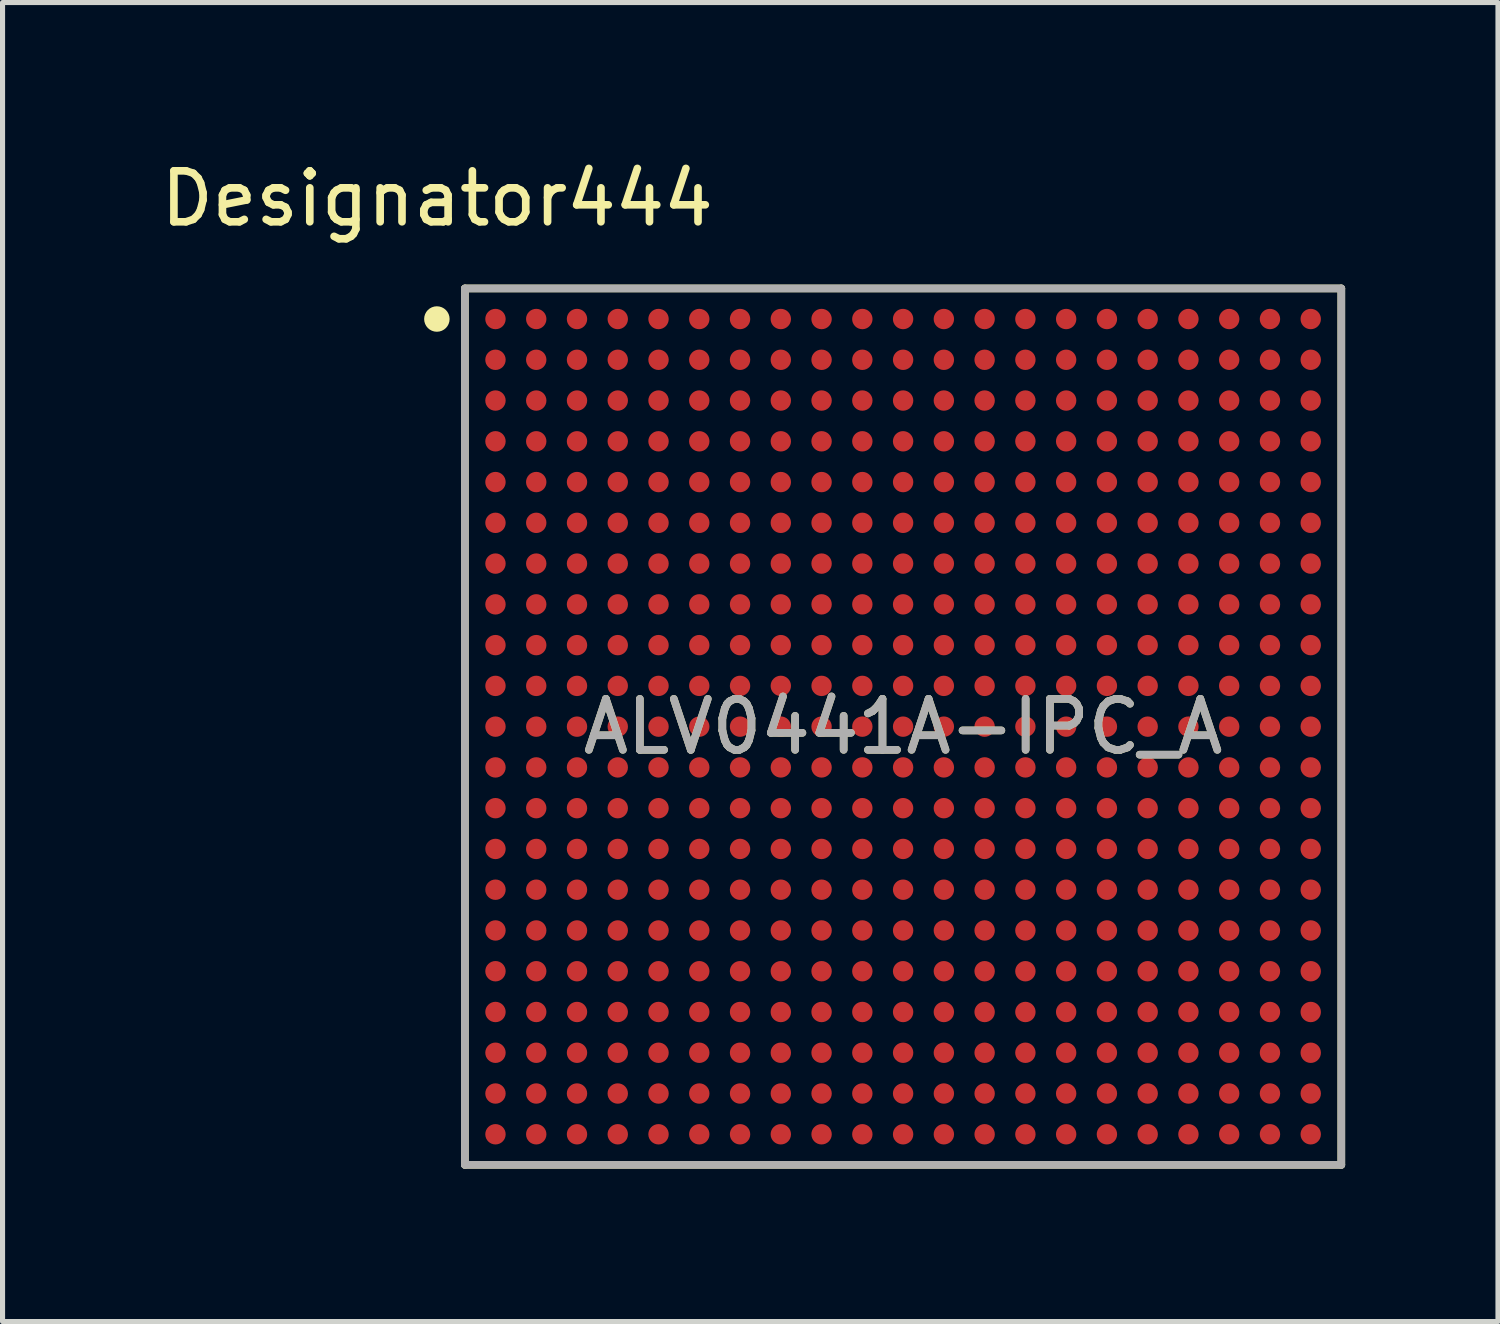
<source format=kicad_pcb>
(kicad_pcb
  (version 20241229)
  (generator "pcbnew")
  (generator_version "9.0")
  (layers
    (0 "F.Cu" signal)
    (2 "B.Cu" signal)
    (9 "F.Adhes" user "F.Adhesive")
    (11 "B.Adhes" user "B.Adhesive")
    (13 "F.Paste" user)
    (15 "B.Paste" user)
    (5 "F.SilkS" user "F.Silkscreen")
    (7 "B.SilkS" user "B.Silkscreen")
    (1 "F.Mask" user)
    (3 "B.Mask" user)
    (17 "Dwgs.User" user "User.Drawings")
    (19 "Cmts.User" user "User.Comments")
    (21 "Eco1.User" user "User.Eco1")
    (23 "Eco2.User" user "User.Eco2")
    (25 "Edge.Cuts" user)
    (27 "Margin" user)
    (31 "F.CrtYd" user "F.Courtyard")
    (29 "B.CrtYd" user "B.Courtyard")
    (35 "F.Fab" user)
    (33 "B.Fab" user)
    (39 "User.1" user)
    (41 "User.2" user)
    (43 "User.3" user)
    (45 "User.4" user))
  (footprint "ALV0441A-IPC_A"
    (layer "F.Cu")
    (at 14.674 11.211)
    (property "Reference" "ALV0441A-IPC_A" (at 0 0 0) (unlocked yes) (layer "F.SilkS") (effects (font (size 1 1) (thickness 0.15))))
    (attr smd)
    (fp_line (start -8.6 -8.6) (end 8.6 -8.6) (stroke (width 0.15) (type solid)) (layer "F.SilkS"))
    (fp_line (start -8.6 8.6) (end -8.6 -8.6) (stroke (width 0.15) (type solid)) (layer "F.SilkS"))
    (fp_line (start -8.6 8.6) (end 8.6 8.6) (stroke (width 0.15) (type solid)) (layer "F.SilkS"))
    (fp_line (start 8.6 8.6) (end 8.6 -8.6) (stroke (width 0.15) (type solid)) (layer "F.SilkS"))
    (fp_circle (center -9.15 -8) (end -9.025 -8) (stroke (width 0.25) (type solid)) (fill no) (layer "F.SilkS"))
    (fp_line (start -8.6 -8.6) (end 8.6 -8.6) (stroke (width 0.15) (type solid)) (layer "F.Fab"))
    (fp_line (start -8.6 8.6) (end -8.6 -8.6) (stroke (width 0.15) (type solid)) (layer "F.Fab"))
    (fp_line (start -8.6 8.6) (end 8.6 8.6) (stroke (width 0.15) (type solid)) (layer "F.Fab"))
    (fp_line (start 8.6 8.6) (end 8.6 -8.6) (stroke (width 0.15) (type solid)) (layer "F.Fab"))
    (fp_text user "Designator444" (at -9.144 -10.363 0) (unlocked yes) (layer "F.SilkS") (effects (font (size 1 1) (thickness 0.15))))
    (fp_text user "${REFERENCE}" (at 0 0 0) (unlocked yes) (layer "F.Fab") (effects (font (size 1 1) (thickness 0.15))))
    (pad "A1" smd circle (at -8 -8) (size 0.4 0.4) (layers "F.Cu" "F.Mask" "F.Paste"))
    (pad "A2" smd circle (at -7.2 -8) (size 0.4 0.4) (layers "F.Cu" "F.Mask" "F.Paste"))
    (pad "A3" smd circle (at -6.4 -8) (size 0.4 0.4) (layers "F.Cu" "F.Mask" "F.Paste"))
    (pad "A4" smd circle (at -5.6 -8) (size 0.4 0.4) (layers "F.Cu" "F.Mask" "F.Paste"))
    (pad "A5" smd circle (at -4.8 -8) (size 0.4 0.4) (layers "F.Cu" "F.Mask" "F.Paste"))
    (pad "A6" smd circle (at -4 -8) (size 0.4 0.4) (layers "F.Cu" "F.Mask" "F.Paste"))
    (pad "A7" smd circle (at -3.2 -8) (size 0.4 0.4) (layers "F.Cu" "F.Mask" "F.Paste"))
    (pad "A8" smd circle (at -2.4 -8) (size 0.4 0.4) (layers "F.Cu" "F.Mask" "F.Paste"))
    (pad "A9" smd circle (at -1.6 -8) (size 0.4 0.4) (layers "F.Cu" "F.Mask" "F.Paste"))
    (pad "A10" smd circle (at -0.8 -8) (size 0.4 0.4) (layers "F.Cu" "F.Mask" "F.Paste"))
    (pad "A11" smd circle (at 0 -8) (size 0.4 0.4) (layers "F.Cu" "F.Mask" "F.Paste"))
    (pad "A12" smd circle (at 0.8 -8) (size 0.4 0.4) (layers "F.Cu" "F.Mask" "F.Paste"))
    (pad "A13" smd circle (at 1.6 -8) (size 0.4 0.4) (layers "F.Cu" "F.Mask" "F.Paste"))
    (pad "A14" smd circle (at 2.4 -8) (size 0.4 0.4) (layers "F.Cu" "F.Mask" "F.Paste"))
    (pad "A15" smd circle (at 3.2 -8) (size 0.4 0.4) (layers "F.Cu" "F.Mask" "F.Paste"))
    (pad "A16" smd circle (at 4 -8) (size 0.4 0.4) (layers "F.Cu" "F.Mask" "F.Paste"))
    (pad "A17" smd circle (at 4.8 -8) (size 0.4 0.4) (layers "F.Cu" "F.Mask" "F.Paste"))
    (pad "A18" smd circle (at 5.6 -8) (size 0.4 0.4) (layers "F.Cu" "F.Mask" "F.Paste"))
    (pad "A19" smd circle (at 6.4 -8) (size 0.4 0.4) (layers "F.Cu" "F.Mask" "F.Paste"))
    (pad "A20" smd circle (at 7.2 -8) (size 0.4 0.4) (layers "F.Cu" "F.Mask" "F.Paste"))
    (pad "A21" smd circle (at 8 -8) (size 0.4 0.4) (layers "F.Cu" "F.Mask" "F.Paste"))
    (pad "AA1" smd circle (at -8 8) (size 0.4 0.4) (layers "F.Cu" "F.Mask" "F.Paste"))
    (pad "AA2" smd circle (at -7.2 8) (size 0.4 0.4) (layers "F.Cu" "F.Mask" "F.Paste"))
    (pad "AA3" smd circle (at -6.4 8) (size 0.4 0.4) (layers "F.Cu" "F.Mask" "F.Paste"))
    (pad "AA4" smd circle (at -5.6 8) (size 0.4 0.4) (layers "F.Cu" "F.Mask" "F.Paste"))
    (pad "AA5" smd circle (at -4.8 8) (size 0.4 0.4) (layers "F.Cu" "F.Mask" "F.Paste"))
    (pad "AA6" smd circle (at -4 8) (size 0.4 0.4) (layers "F.Cu" "F.Mask" "F.Paste"))
    (pad "AA7" smd circle (at -3.2 8) (size 0.4 0.4) (layers "F.Cu" "F.Mask" "F.Paste"))
    (pad "AA8" smd circle (at -2.4 8) (size 0.4 0.4) (layers "F.Cu" "F.Mask" "F.Paste"))
    (pad "AA9" smd circle (at -1.6 8) (size 0.4 0.4) (layers "F.Cu" "F.Mask" "F.Paste"))
    (pad "AA10" smd circle (at -0.8 8) (size 0.4 0.4) (layers "F.Cu" "F.Mask" "F.Paste"))
    (pad "AA11" smd circle (at 0 8) (size 0.4 0.4) (layers "F.Cu" "F.Mask" "F.Paste"))
    (pad "AA12" smd circle (at 0.8 8) (size 0.4 0.4) (layers "F.Cu" "F.Mask" "F.Paste"))
    (pad "AA13" smd circle (at 1.6 8) (size 0.4 0.4) (layers "F.Cu" "F.Mask" "F.Paste"))
    (pad "AA14" smd circle (at 2.4 8) (size 0.4 0.4) (layers "F.Cu" "F.Mask" "F.Paste"))
    (pad "AA15" smd circle (at 3.2 8) (size 0.4 0.4) (layers "F.Cu" "F.Mask" "F.Paste"))
    (pad "AA16" smd circle (at 4 8) (size 0.4 0.4) (layers "F.Cu" "F.Mask" "F.Paste"))
    (pad "AA17" smd circle (at 4.8 8) (size 0.4 0.4) (layers "F.Cu" "F.Mask" "F.Paste"))
    (pad "AA18" smd circle (at 5.6 8) (size 0.4 0.4) (layers "F.Cu" "F.Mask" "F.Paste"))
    (pad "AA19" smd circle (at 6.4 8) (size 0.4 0.4) (layers "F.Cu" "F.Mask" "F.Paste"))
    (pad "AA20" smd circle (at 7.2 8) (size 0.4 0.4) (layers "F.Cu" "F.Mask" "F.Paste"))
    (pad "AA21" smd circle (at 8 8) (size 0.4 0.4) (layers "F.Cu" "F.Mask" "F.Paste"))
    (pad "B1" smd circle (at -8 -7.2) (size 0.4 0.4) (layers "F.Cu" "F.Mask" "F.Paste"))
    (pad "B2" smd circle (at -7.2 -7.2) (size 0.4 0.4) (layers "F.Cu" "F.Mask" "F.Paste"))
    (pad "B3" smd circle (at -6.4 -7.2) (size 0.4 0.4) (layers "F.Cu" "F.Mask" "F.Paste"))
    (pad "B4" smd circle (at -5.6 -7.2) (size 0.4 0.4) (layers "F.Cu" "F.Mask" "F.Paste"))
    (pad "B5" smd circle (at -4.8 -7.2) (size 0.4 0.4) (layers "F.Cu" "F.Mask" "F.Paste"))
    (pad "B6" smd circle (at -4 -7.2) (size 0.4 0.4) (layers "F.Cu" "F.Mask" "F.Paste"))
    (pad "B7" smd circle (at -3.2 -7.2) (size 0.4 0.4) (layers "F.Cu" "F.Mask" "F.Paste"))
    (pad "B8" smd circle (at -2.4 -7.2) (size 0.4 0.4) (layers "F.Cu" "F.Mask" "F.Paste"))
    (pad "B9" smd circle (at -1.6 -7.2) (size 0.4 0.4) (layers "F.Cu" "F.Mask" "F.Paste"))
    (pad "B10" smd circle (at -0.8 -7.2) (size 0.4 0.4) (layers "F.Cu" "F.Mask" "F.Paste"))
    (pad "B11" smd circle (at 0 -7.2) (size 0.4 0.4) (layers "F.Cu" "F.Mask" "F.Paste"))
    (pad "B12" smd circle (at 0.8 -7.2) (size 0.4 0.4) (layers "F.Cu" "F.Mask" "F.Paste"))
    (pad "B13" smd circle (at 1.6 -7.2) (size 0.4 0.4) (layers "F.Cu" "F.Mask" "F.Paste"))
    (pad "B14" smd circle (at 2.4 -7.2) (size 0.4 0.4) (layers "F.Cu" "F.Mask" "F.Paste"))
    (pad "B15" smd circle (at 3.2 -7.2) (size 0.4 0.4) (layers "F.Cu" "F.Mask" "F.Paste"))
    (pad "B16" smd circle (at 4 -7.2) (size 0.4 0.4) (layers "F.Cu" "F.Mask" "F.Paste"))
    (pad "B17" smd circle (at 4.8 -7.2) (size 0.4 0.4) (layers "F.Cu" "F.Mask" "F.Paste"))
    (pad "B18" smd circle (at 5.6 -7.2) (size 0.4 0.4) (layers "F.Cu" "F.Mask" "F.Paste"))
    (pad "B19" smd circle (at 6.4 -7.2) (size 0.4 0.4) (layers "F.Cu" "F.Mask" "F.Paste"))
    (pad "B20" smd circle (at 7.2 -7.2) (size 0.4 0.4) (layers "F.Cu" "F.Mask" "F.Paste"))
    (pad "B21" smd circle (at 8 -7.2) (size 0.4 0.4) (layers "F.Cu" "F.Mask" "F.Paste"))
    (pad "C1" smd circle (at -8 -6.4) (size 0.4 0.4) (layers "F.Cu" "F.Mask" "F.Paste"))
    (pad "C2" smd circle (at -7.2 -6.4) (size 0.4 0.4) (layers "F.Cu" "F.Mask" "F.Paste"))
    (pad "C3" smd circle (at -6.4 -6.4) (size 0.4 0.4) (layers "F.Cu" "F.Mask" "F.Paste"))
    (pad "C4" smd circle (at -5.6 -6.4) (size 0.4 0.4) (layers "F.Cu" "F.Mask" "F.Paste"))
    (pad "C5" smd circle (at -4.8 -6.4) (size 0.4 0.4) (layers "F.Cu" "F.Mask" "F.Paste"))
    (pad "C6" smd circle (at -4 -6.4) (size 0.4 0.4) (layers "F.Cu" "F.Mask" "F.Paste"))
    (pad "C7" smd circle (at -3.2 -6.4) (size 0.4 0.4) (layers "F.Cu" "F.Mask" "F.Paste"))
    (pad "C8" smd circle (at -2.4 -6.4) (size 0.4 0.4) (layers "F.Cu" "F.Mask" "F.Paste"))
    (pad "C9" smd circle (at -1.6 -6.4) (size 0.4 0.4) (layers "F.Cu" "F.Mask" "F.Paste"))
    (pad "C10" smd circle (at -0.8 -6.4) (size 0.4 0.4) (layers "F.Cu" "F.Mask" "F.Paste"))
    (pad "C11" smd circle (at 0 -6.4) (size 0.4 0.4) (layers "F.Cu" "F.Mask" "F.Paste"))
    (pad "C12" smd circle (at 0.8 -6.4) (size 0.4 0.4) (layers "F.Cu" "F.Mask" "F.Paste"))
    (pad "C13" smd circle (at 1.6 -6.4) (size 0.4 0.4) (layers "F.Cu" "F.Mask" "F.Paste"))
    (pad "C14" smd circle (at 2.4 -6.4) (size 0.4 0.4) (layers "F.Cu" "F.Mask" "F.Paste"))
    (pad "C15" smd circle (at 3.2 -6.4) (size 0.4 0.4) (layers "F.Cu" "F.Mask" "F.Paste"))
    (pad "C16" smd circle (at 4 -6.4) (size 0.4 0.4) (layers "F.Cu" "F.Mask" "F.Paste"))
    (pad "C17" smd circle (at 4.8 -6.4) (size 0.4 0.4) (layers "F.Cu" "F.Mask" "F.Paste"))
    (pad "C18" smd circle (at 5.6 -6.4) (size 0.4 0.4) (layers "F.Cu" "F.Mask" "F.Paste"))
    (pad "C19" smd circle (at 6.4 -6.4) (size 0.4 0.4) (layers "F.Cu" "F.Mask" "F.Paste"))
    (pad "C20" smd circle (at 7.2 -6.4) (size 0.4 0.4) (layers "F.Cu" "F.Mask" "F.Paste"))
    (pad "C21" smd circle (at 8 -6.4) (size 0.4 0.4) (layers "F.Cu" "F.Mask" "F.Paste"))
    (pad "D1" smd circle (at -8 -5.6) (size 0.4 0.4) (layers "F.Cu" "F.Mask" "F.Paste"))
    (pad "D2" smd circle (at -7.2 -5.6) (size 0.4 0.4) (layers "F.Cu" "F.Mask" "F.Paste"))
    (pad "D3" smd circle (at -6.4 -5.6) (size 0.4 0.4) (layers "F.Cu" "F.Mask" "F.Paste"))
    (pad "D4" smd circle (at -5.6 -5.6) (size 0.4 0.4) (layers "F.Cu" "F.Mask" "F.Paste"))
    (pad "D5" smd circle (at -4.8 -5.6) (size 0.4 0.4) (layers "F.Cu" "F.Mask" "F.Paste"))
    (pad "D6" smd circle (at -4 -5.6) (size 0.4 0.4) (layers "F.Cu" "F.Mask" "F.Paste"))
    (pad "D7" smd circle (at -3.2 -5.6) (size 0.4 0.4) (layers "F.Cu" "F.Mask" "F.Paste"))
    (pad "D8" smd circle (at -2.4 -5.6) (size 0.4 0.4) (layers "F.Cu" "F.Mask" "F.Paste"))
    (pad "D9" smd circle (at -1.6 -5.6) (size 0.4 0.4) (layers "F.Cu" "F.Mask" "F.Paste"))
    (pad "D10" smd circle (at -0.8 -5.6) (size 0.4 0.4) (layers "F.Cu" "F.Mask" "F.Paste"))
    (pad "D11" smd circle (at 0 -5.6) (size 0.4 0.4) (layers "F.Cu" "F.Mask" "F.Paste"))
    (pad "D12" smd circle (at 0.8 -5.6) (size 0.4 0.4) (layers "F.Cu" "F.Mask" "F.Paste"))
    (pad "D13" smd circle (at 1.6 -5.6) (size 0.4 0.4) (layers "F.Cu" "F.Mask" "F.Paste"))
    (pad "D14" smd circle (at 2.4 -5.6) (size 0.4 0.4) (layers "F.Cu" "F.Mask" "F.Paste"))
    (pad "D15" smd circle (at 3.2 -5.6) (size 0.4 0.4) (layers "F.Cu" "F.Mask" "F.Paste"))
    (pad "D16" smd circle (at 4 -5.6) (size 0.4 0.4) (layers "F.Cu" "F.Mask" "F.Paste"))
    (pad "D17" smd circle (at 4.8 -5.6) (size 0.4 0.4) (layers "F.Cu" "F.Mask" "F.Paste"))
    (pad "D18" smd circle (at 5.6 -5.6) (size 0.4 0.4) (layers "F.Cu" "F.Mask" "F.Paste"))
    (pad "D19" smd circle (at 6.4 -5.6) (size 0.4 0.4) (layers "F.Cu" "F.Mask" "F.Paste"))
    (pad "D20" smd circle (at 7.2 -5.6) (size 0.4 0.4) (layers "F.Cu" "F.Mask" "F.Paste"))
    (pad "D21" smd circle (at 8 -5.6) (size 0.4 0.4) (layers "F.Cu" "F.Mask" "F.Paste"))
    (pad "E1" smd circle (at -8 -4.8) (size 0.4 0.4) (layers "F.Cu" "F.Mask" "F.Paste"))
    (pad "E2" smd circle (at -7.2 -4.8) (size 0.4 0.4) (layers "F.Cu" "F.Mask" "F.Paste"))
    (pad "E3" smd circle (at -6.4 -4.8) (size 0.4 0.4) (layers "F.Cu" "F.Mask" "F.Paste"))
    (pad "E4" smd circle (at -5.6 -4.8) (size 0.4 0.4) (layers "F.Cu" "F.Mask" "F.Paste"))
    (pad "E5" smd circle (at -4.8 -4.8) (size 0.4 0.4) (layers "F.Cu" "F.Mask" "F.Paste"))
    (pad "E6" smd circle (at -4 -4.8) (size 0.4 0.4) (layers "F.Cu" "F.Mask" "F.Paste"))
    (pad "E7" smd circle (at -3.2 -4.8) (size 0.4 0.4) (layers "F.Cu" "F.Mask" "F.Paste"))
    (pad "E8" smd circle (at -2.4 -4.8) (size 0.4 0.4) (layers "F.Cu" "F.Mask" "F.Paste"))
    (pad "E9" smd circle (at -1.6 -4.8) (size 0.4 0.4) (layers "F.Cu" "F.Mask" "F.Paste"))
    (pad "E10" smd circle (at -0.8 -4.8) (size 0.4 0.4) (layers "F.Cu" "F.Mask" "F.Paste"))
    (pad "E11" smd circle (at 0 -4.8) (size 0.4 0.4) (layers "F.Cu" "F.Mask" "F.Paste"))
    (pad "E12" smd circle (at 0.8 -4.8) (size 0.4 0.4) (layers "F.Cu" "F.Mask" "F.Paste"))
    (pad "E13" smd circle (at 1.6 -4.8) (size 0.4 0.4) (layers "F.Cu" "F.Mask" "F.Paste"))
    (pad "E14" smd circle (at 2.4 -4.8) (size 0.4 0.4) (layers "F.Cu" "F.Mask" "F.Paste"))
    (pad "E15" smd circle (at 3.2 -4.8) (size 0.4 0.4) (layers "F.Cu" "F.Mask" "F.Paste"))
    (pad "E16" smd circle (at 4 -4.8) (size 0.4 0.4) (layers "F.Cu" "F.Mask" "F.Paste"))
    (pad "E17" smd circle (at 4.8 -4.8) (size 0.4 0.4) (layers "F.Cu" "F.Mask" "F.Paste"))
    (pad "E18" smd circle (at 5.6 -4.8) (size 0.4 0.4) (layers "F.Cu" "F.Mask" "F.Paste"))
    (pad "E19" smd circle (at 6.4 -4.8) (size 0.4 0.4) (layers "F.Cu" "F.Mask" "F.Paste"))
    (pad "E20" smd circle (at 7.2 -4.8) (size 0.4 0.4) (layers "F.Cu" "F.Mask" "F.Paste"))
    (pad "E21" smd circle (at 8 -4.8) (size 0.4 0.4) (layers "F.Cu" "F.Mask" "F.Paste"))
    (pad "F1" smd circle (at -8 -4) (size 0.4 0.4) (layers "F.Cu" "F.Mask" "F.Paste"))
    (pad "F2" smd circle (at -7.2 -4) (size 0.4 0.4) (layers "F.Cu" "F.Mask" "F.Paste"))
    (pad "F3" smd circle (at -6.4 -4) (size 0.4 0.4) (layers "F.Cu" "F.Mask" "F.Paste"))
    (pad "F4" smd circle (at -5.6 -4) (size 0.4 0.4) (layers "F.Cu" "F.Mask" "F.Paste"))
    (pad "F5" smd circle (at -4.8 -4) (size 0.4 0.4) (layers "F.Cu" "F.Mask" "F.Paste"))
    (pad "F6" smd circle (at -4 -4) (size 0.4 0.4) (layers "F.Cu" "F.Mask" "F.Paste"))
    (pad "F7" smd circle (at -3.2 -4) (size 0.4 0.4) (layers "F.Cu" "F.Mask" "F.Paste"))
    (pad "F8" smd circle (at -2.4 -4) (size 0.4 0.4) (layers "F.Cu" "F.Mask" "F.Paste"))
    (pad "F9" smd circle (at -1.6 -4) (size 0.4 0.4) (layers "F.Cu" "F.Mask" "F.Paste"))
    (pad "F10" smd circle (at -0.8 -4) (size 0.4 0.4) (layers "F.Cu" "F.Mask" "F.Paste"))
    (pad "F11" smd circle (at 0 -4) (size 0.4 0.4) (layers "F.Cu" "F.Mask" "F.Paste"))
    (pad "F12" smd circle (at 0.8 -4) (size 0.4 0.4) (layers "F.Cu" "F.Mask" "F.Paste"))
    (pad "F13" smd circle (at 1.6 -4) (size 0.4 0.4) (layers "F.Cu" "F.Mask" "F.Paste"))
    (pad "F14" smd circle (at 2.4 -4) (size 0.4 0.4) (layers "F.Cu" "F.Mask" "F.Paste"))
    (pad "F15" smd circle (at 3.2 -4) (size 0.4 0.4) (layers "F.Cu" "F.Mask" "F.Paste"))
    (pad "F16" smd circle (at 4 -4) (size 0.4 0.4) (layers "F.Cu" "F.Mask" "F.Paste"))
    (pad "F17" smd circle (at 4.8 -4) (size 0.4 0.4) (layers "F.Cu" "F.Mask" "F.Paste"))
    (pad "F18" smd circle (at 5.6 -4) (size 0.4 0.4) (layers "F.Cu" "F.Mask" "F.Paste"))
    (pad "F19" smd circle (at 6.4 -4) (size 0.4 0.4) (layers "F.Cu" "F.Mask" "F.Paste"))
    (pad "F20" smd circle (at 7.2 -4) (size 0.4 0.4) (layers "F.Cu" "F.Mask" "F.Paste"))
    (pad "F21" smd circle (at 8 -4) (size 0.4 0.4) (layers "F.Cu" "F.Mask" "F.Paste"))
    (pad "G1" smd circle (at -8 -3.2) (size 0.4 0.4) (layers "F.Cu" "F.Mask" "F.Paste"))
    (pad "G2" smd circle (at -7.2 -3.2) (size 0.4 0.4) (layers "F.Cu" "F.Mask" "F.Paste"))
    (pad "G3" smd circle (at -6.4 -3.2) (size 0.4 0.4) (layers "F.Cu" "F.Mask" "F.Paste"))
    (pad "G4" smd circle (at -5.6 -3.2) (size 0.4 0.4) (layers "F.Cu" "F.Mask" "F.Paste"))
    (pad "G5" smd circle (at -4.8 -3.2) (size 0.4 0.4) (layers "F.Cu" "F.Mask" "F.Paste"))
    (pad "G6" smd circle (at -4 -3.2) (size 0.4 0.4) (layers "F.Cu" "F.Mask" "F.Paste"))
    (pad "G7" smd circle (at -3.2 -3.2) (size 0.4 0.4) (layers "F.Cu" "F.Mask" "F.Paste"))
    (pad "G8" smd circle (at -2.4 -3.2) (size 0.4 0.4) (layers "F.Cu" "F.Mask" "F.Paste"))
    (pad "G9" smd circle (at -1.6 -3.2) (size 0.4 0.4) (layers "F.Cu" "F.Mask" "F.Paste"))
    (pad "G10" smd circle (at -0.8 -3.2) (size 0.4 0.4) (layers "F.Cu" "F.Mask" "F.Paste"))
    (pad "G11" smd circle (at 0 -3.2) (size 0.4 0.4) (layers "F.Cu" "F.Mask" "F.Paste"))
    (pad "G12" smd circle (at 0.8 -3.2) (size 0.4 0.4) (layers "F.Cu" "F.Mask" "F.Paste"))
    (pad "G13" smd circle (at 1.6 -3.2) (size 0.4 0.4) (layers "F.Cu" "F.Mask" "F.Paste"))
    (pad "G14" smd circle (at 2.4 -3.2) (size 0.4 0.4) (layers "F.Cu" "F.Mask" "F.Paste"))
    (pad "G15" smd circle (at 3.2 -3.2) (size 0.4 0.4) (layers "F.Cu" "F.Mask" "F.Paste"))
    (pad "G16" smd circle (at 4 -3.2) (size 0.4 0.4) (layers "F.Cu" "F.Mask" "F.Paste"))
    (pad "G17" smd circle (at 4.8 -3.2) (size 0.4 0.4) (layers "F.Cu" "F.Mask" "F.Paste"))
    (pad "G18" smd circle (at 5.6 -3.2) (size 0.4 0.4) (layers "F.Cu" "F.Mask" "F.Paste"))
    (pad "G19" smd circle (at 6.4 -3.2) (size 0.4 0.4) (layers "F.Cu" "F.Mask" "F.Paste"))
    (pad "G20" smd circle (at 7.2 -3.2) (size 0.4 0.4) (layers "F.Cu" "F.Mask" "F.Paste"))
    (pad "G21" smd circle (at 8 -3.2) (size 0.4 0.4) (layers "F.Cu" "F.Mask" "F.Paste"))
    (pad "H1" smd circle (at -8 -2.4) (size 0.4 0.4) (layers "F.Cu" "F.Mask" "F.Paste"))
    (pad "H2" smd circle (at -7.2 -2.4) (size 0.4 0.4) (layers "F.Cu" "F.Mask" "F.Paste"))
    (pad "H3" smd circle (at -6.4 -2.4) (size 0.4 0.4) (layers "F.Cu" "F.Mask" "F.Paste"))
    (pad "H4" smd circle (at -5.6 -2.4) (size 0.4 0.4) (layers "F.Cu" "F.Mask" "F.Paste"))
    (pad "H5" smd circle (at -4.8 -2.4) (size 0.4 0.4) (layers "F.Cu" "F.Mask" "F.Paste"))
    (pad "H6" smd circle (at -4 -2.4) (size 0.4 0.4) (layers "F.Cu" "F.Mask" "F.Paste"))
    (pad "H7" smd circle (at -3.2 -2.4) (size 0.4 0.4) (layers "F.Cu" "F.Mask" "F.Paste"))
    (pad "H8" smd circle (at -2.4 -2.4) (size 0.4 0.4) (layers "F.Cu" "F.Mask" "F.Paste"))
    (pad "H9" smd circle (at -1.6 -2.4) (size 0.4 0.4) (layers "F.Cu" "F.Mask" "F.Paste"))
    (pad "H10" smd circle (at -0.8 -2.4) (size 0.4 0.4) (layers "F.Cu" "F.Mask" "F.Paste"))
    (pad "H11" smd circle (at 0 -2.4) (size 0.4 0.4) (layers "F.Cu" "F.Mask" "F.Paste"))
    (pad "H12" smd circle (at 0.8 -2.4) (size 0.4 0.4) (layers "F.Cu" "F.Mask" "F.Paste"))
    (pad "H13" smd circle (at 1.6 -2.4) (size 0.4 0.4) (layers "F.Cu" "F.Mask" "F.Paste"))
    (pad "H14" smd circle (at 2.4 -2.4) (size 0.4 0.4) (layers "F.Cu" "F.Mask" "F.Paste"))
    (pad "H15" smd circle (at 3.2 -2.4) (size 0.4 0.4) (layers "F.Cu" "F.Mask" "F.Paste"))
    (pad "H16" smd circle (at 4 -2.4) (size 0.4 0.4) (layers "F.Cu" "F.Mask" "F.Paste"))
    (pad "H17" smd circle (at 4.8 -2.4) (size 0.4 0.4) (layers "F.Cu" "F.Mask" "F.Paste"))
    (pad "H18" smd circle (at 5.6 -2.4) (size 0.4 0.4) (layers "F.Cu" "F.Mask" "F.Paste"))
    (pad "H19" smd circle (at 6.4 -2.4) (size 0.4 0.4) (layers "F.Cu" "F.Mask" "F.Paste"))
    (pad "H20" smd circle (at 7.2 -2.4) (size 0.4 0.4) (layers "F.Cu" "F.Mask" "F.Paste"))
    (pad "H21" smd circle (at 8 -2.4) (size 0.4 0.4) (layers "F.Cu" "F.Mask" "F.Paste"))
    (pad "J1" smd circle (at -8 -1.6) (size 0.4 0.4) (layers "F.Cu" "F.Mask" "F.Paste"))
    (pad "J2" smd circle (at -7.2 -1.6) (size 0.4 0.4) (layers "F.Cu" "F.Mask" "F.Paste"))
    (pad "J3" smd circle (at -6.4 -1.6) (size 0.4 0.4) (layers "F.Cu" "F.Mask" "F.Paste"))
    (pad "J4" smd circle (at -5.6 -1.6) (size 0.4 0.4) (layers "F.Cu" "F.Mask" "F.Paste"))
    (pad "J5" smd circle (at -4.8 -1.6) (size 0.4 0.4) (layers "F.Cu" "F.Mask" "F.Paste"))
    (pad "J6" smd circle (at -4 -1.6) (size 0.4 0.4) (layers "F.Cu" "F.Mask" "F.Paste"))
    (pad "J7" smd circle (at -3.2 -1.6) (size 0.4 0.4) (layers "F.Cu" "F.Mask" "F.Paste"))
    (pad "J8" smd circle (at -2.4 -1.6) (size 0.4 0.4) (layers "F.Cu" "F.Mask" "F.Paste"))
    (pad "J9" smd circle (at -1.6 -1.6) (size 0.4 0.4) (layers "F.Cu" "F.Mask" "F.Paste"))
    (pad "J10" smd circle (at -0.8 -1.6) (size 0.4 0.4) (layers "F.Cu" "F.Mask" "F.Paste"))
    (pad "J11" smd circle (at 0 -1.6) (size 0.4 0.4) (layers "F.Cu" "F.Mask" "F.Paste"))
    (pad "J12" smd circle (at 0.8 -1.6) (size 0.4 0.4) (layers "F.Cu" "F.Mask" "F.Paste"))
    (pad "J13" smd circle (at 1.6 -1.6) (size 0.4 0.4) (layers "F.Cu" "F.Mask" "F.Paste"))
    (pad "J14" smd circle (at 2.4 -1.6) (size 0.4 0.4) (layers "F.Cu" "F.Mask" "F.Paste"))
    (pad "J15" smd circle (at 3.2 -1.6) (size 0.4 0.4) (layers "F.Cu" "F.Mask" "F.Paste"))
    (pad "J16" smd circle (at 4 -1.6) (size 0.4 0.4) (layers "F.Cu" "F.Mask" "F.Paste"))
    (pad "J17" smd circle (at 4.8 -1.6) (size 0.4 0.4) (layers "F.Cu" "F.Mask" "F.Paste"))
    (pad "J18" smd circle (at 5.6 -1.6) (size 0.4 0.4) (layers "F.Cu" "F.Mask" "F.Paste"))
    (pad "J19" smd circle (at 6.4 -1.6) (size 0.4 0.4) (layers "F.Cu" "F.Mask" "F.Paste"))
    (pad "J20" smd circle (at 7.2 -1.6) (size 0.4 0.4) (layers "F.Cu" "F.Mask" "F.Paste"))
    (pad "J21" smd circle (at 8 -1.6) (size 0.4 0.4) (layers "F.Cu" "F.Mask" "F.Paste"))
    (pad "K1" smd circle (at -8 -0.8) (size 0.4 0.4) (layers "F.Cu" "F.Mask" "F.Paste"))
    (pad "K2" smd circle (at -7.2 -0.8) (size 0.4 0.4) (layers "F.Cu" "F.Mask" "F.Paste"))
    (pad "K3" smd circle (at -6.4 -0.8) (size 0.4 0.4) (layers "F.Cu" "F.Mask" "F.Paste"))
    (pad "K4" smd circle (at -5.6 -0.8) (size 0.4 0.4) (layers "F.Cu" "F.Mask" "F.Paste"))
    (pad "K5" smd circle (at -4.8 -0.8) (size 0.4 0.4) (layers "F.Cu" "F.Mask" "F.Paste"))
    (pad "K6" smd circle (at -4 -0.8) (size 0.4 0.4) (layers "F.Cu" "F.Mask" "F.Paste"))
    (pad "K7" smd circle (at -3.2 -0.8) (size 0.4 0.4) (layers "F.Cu" "F.Mask" "F.Paste"))
    (pad "K8" smd circle (at -2.4 -0.8) (size 0.4 0.4) (layers "F.Cu" "F.Mask" "F.Paste"))
    (pad "K9" smd circle (at -1.6 -0.8) (size 0.4 0.4) (layers "F.Cu" "F.Mask" "F.Paste"))
    (pad "K10" smd circle (at -0.8 -0.8) (size 0.4 0.4) (layers "F.Cu" "F.Mask" "F.Paste"))
    (pad "K11" smd circle (at 0 -0.8) (size 0.4 0.4) (layers "F.Cu" "F.Mask" "F.Paste"))
    (pad "K12" smd circle (at 0.8 -0.8) (size 0.4 0.4) (layers "F.Cu" "F.Mask" "F.Paste"))
    (pad "K13" smd circle (at 1.6 -0.8) (size 0.4 0.4) (layers "F.Cu" "F.Mask" "F.Paste"))
    (pad "K14" smd circle (at 2.4 -0.8) (size 0.4 0.4) (layers "F.Cu" "F.Mask" "F.Paste"))
    (pad "K15" smd circle (at 3.2 -0.8) (size 0.4 0.4) (layers "F.Cu" "F.Mask" "F.Paste"))
    (pad "K16" smd circle (at 4 -0.8) (size 0.4 0.4) (layers "F.Cu" "F.Mask" "F.Paste"))
    (pad "K17" smd circle (at 4.8 -0.8) (size 0.4 0.4) (layers "F.Cu" "F.Mask" "F.Paste"))
    (pad "K18" smd circle (at 5.6 -0.8) (size 0.4 0.4) (layers "F.Cu" "F.Mask" "F.Paste"))
    (pad "K19" smd circle (at 6.4 -0.8) (size 0.4 0.4) (layers "F.Cu" "F.Mask" "F.Paste"))
    (pad "K20" smd circle (at 7.2 -0.8) (size 0.4 0.4) (layers "F.Cu" "F.Mask" "F.Paste"))
    (pad "K21" smd circle (at 8 -0.8) (size 0.4 0.4) (layers "F.Cu" "F.Mask" "F.Paste"))
    (pad "L1" smd circle (at -8 0) (size 0.4 0.4) (layers "F.Cu" "F.Mask" "F.Paste"))
    (pad "L2" smd circle (at -7.2 0) (size 0.4 0.4) (layers "F.Cu" "F.Mask" "F.Paste"))
    (pad "L3" smd circle (at -6.4 0) (size 0.4 0.4) (layers "F.Cu" "F.Mask" "F.Paste"))
    (pad "L4" smd circle (at -5.6 0) (size 0.4 0.4) (layers "F.Cu" "F.Mask" "F.Paste"))
    (pad "L5" smd circle (at -4.8 0) (size 0.4 0.4) (layers "F.Cu" "F.Mask" "F.Paste"))
    (pad "L6" smd circle (at -4 0) (size 0.4 0.4) (layers "F.Cu" "F.Mask" "F.Paste"))
    (pad "L7" smd circle (at -3.2 0) (size 0.4 0.4) (layers "F.Cu" "F.Mask" "F.Paste"))
    (pad "L8" smd circle (at -2.4 0) (size 0.4 0.4) (layers "F.Cu" "F.Mask" "F.Paste"))
    (pad "L9" smd circle (at -1.6 0) (size 0.4 0.4) (layers "F.Cu" "F.Mask" "F.Paste"))
    (pad "L10" smd circle (at -0.8 0) (size 0.4 0.4) (layers "F.Cu" "F.Mask" "F.Paste"))
    (pad "L11" smd circle (at 0 0) (size 0.4 0.4) (layers "F.Cu" "F.Mask" "F.Paste"))
    (pad "L12" smd circle (at 0.8 0) (size 0.4 0.4) (layers "F.Cu" "F.Mask" "F.Paste"))
    (pad "L13" smd circle (at 1.6 0) (size 0.4 0.4) (layers "F.Cu" "F.Mask" "F.Paste"))
    (pad "L14" smd circle (at 2.4 0) (size 0.4 0.4) (layers "F.Cu" "F.Mask" "F.Paste"))
    (pad "L15" smd circle (at 3.2 0) (size 0.4 0.4) (layers "F.Cu" "F.Mask" "F.Paste"))
    (pad "L16" smd circle (at 4 0) (size 0.4 0.4) (layers "F.Cu" "F.Mask" "F.Paste"))
    (pad "L17" smd circle (at 4.8 0) (size 0.4 0.4) (layers "F.Cu" "F.Mask" "F.Paste"))
    (pad "L18" smd circle (at 5.6 0) (size 0.4 0.4) (layers "F.Cu" "F.Mask" "F.Paste"))
    (pad "L19" smd circle (at 6.4 0) (size 0.4 0.4) (layers "F.Cu" "F.Mask" "F.Paste"))
    (pad "L20" smd circle (at 7.2 0) (size 0.4 0.4) (layers "F.Cu" "F.Mask" "F.Paste"))
    (pad "L21" smd circle (at 8 0) (size 0.4 0.4) (layers "F.Cu" "F.Mask" "F.Paste"))
    (pad "M1" smd circle (at -8 0.8) (size 0.4 0.4) (layers "F.Cu" "F.Mask" "F.Paste"))
    (pad "M2" smd circle (at -7.2 0.8) (size 0.4 0.4) (layers "F.Cu" "F.Mask" "F.Paste"))
    (pad "M3" smd circle (at -6.4 0.8) (size 0.4 0.4) (layers "F.Cu" "F.Mask" "F.Paste"))
    (pad "M4" smd circle (at -5.6 0.8) (size 0.4 0.4) (layers "F.Cu" "F.Mask" "F.Paste"))
    (pad "M5" smd circle (at -4.8 0.8) (size 0.4 0.4) (layers "F.Cu" "F.Mask" "F.Paste"))
    (pad "M6" smd circle (at -4 0.8) (size 0.4 0.4) (layers "F.Cu" "F.Mask" "F.Paste"))
    (pad "M7" smd circle (at -3.2 0.8) (size 0.4 0.4) (layers "F.Cu" "F.Mask" "F.Paste"))
    (pad "M8" smd circle (at -2.4 0.8) (size 0.4 0.4) (layers "F.Cu" "F.Mask" "F.Paste"))
    (pad "M9" smd circle (at -1.6 0.8) (size 0.4 0.4) (layers "F.Cu" "F.Mask" "F.Paste"))
    (pad "M10" smd circle (at -0.8 0.8) (size 0.4 0.4) (layers "F.Cu" "F.Mask" "F.Paste"))
    (pad "M11" smd circle (at 0 0.8) (size 0.4 0.4) (layers "F.Cu" "F.Mask" "F.Paste"))
    (pad "M12" smd circle (at 0.8 0.8) (size 0.4 0.4) (layers "F.Cu" "F.Mask" "F.Paste"))
    (pad "M13" smd circle (at 1.6 0.8) (size 0.4 0.4) (layers "F.Cu" "F.Mask" "F.Paste"))
    (pad "M14" smd circle (at 2.4 0.8) (size 0.4 0.4) (layers "F.Cu" "F.Mask" "F.Paste"))
    (pad "M15" smd circle (at 3.2 0.8) (size 0.4 0.4) (layers "F.Cu" "F.Mask" "F.Paste"))
    (pad "M16" smd circle (at 4 0.8) (size 0.4 0.4) (layers "F.Cu" "F.Mask" "F.Paste"))
    (pad "M17" smd circle (at 4.8 0.8) (size 0.4 0.4) (layers "F.Cu" "F.Mask" "F.Paste"))
    (pad "M18" smd circle (at 5.6 0.8) (size 0.4 0.4) (layers "F.Cu" "F.Mask" "F.Paste"))
    (pad "M19" smd circle (at 6.4 0.8) (size 0.4 0.4) (layers "F.Cu" "F.Mask" "F.Paste"))
    (pad "M20" smd circle (at 7.2 0.8) (size 0.4 0.4) (layers "F.Cu" "F.Mask" "F.Paste"))
    (pad "M21" smd circle (at 8 0.8) (size 0.4 0.4) (layers "F.Cu" "F.Mask" "F.Paste"))
    (pad "N1" smd circle (at -8 1.6) (size 0.4 0.4) (layers "F.Cu" "F.Mask" "F.Paste"))
    (pad "N2" smd circle (at -7.2 1.6) (size 0.4 0.4) (layers "F.Cu" "F.Mask" "F.Paste"))
    (pad "N3" smd circle (at -6.4 1.6) (size 0.4 0.4) (layers "F.Cu" "F.Mask" "F.Paste"))
    (pad "N4" smd circle (at -5.6 1.6) (size 0.4 0.4) (layers "F.Cu" "F.Mask" "F.Paste"))
    (pad "N5" smd circle (at -4.8 1.6) (size 0.4 0.4) (layers "F.Cu" "F.Mask" "F.Paste"))
    (pad "N6" smd circle (at -4 1.6) (size 0.4 0.4) (layers "F.Cu" "F.Mask" "F.Paste"))
    (pad "N7" smd circle (at -3.2 1.6) (size 0.4 0.4) (layers "F.Cu" "F.Mask" "F.Paste"))
    (pad "N8" smd circle (at -2.4 1.6) (size 0.4 0.4) (layers "F.Cu" "F.Mask" "F.Paste"))
    (pad "N9" smd circle (at -1.6 1.6) (size 0.4 0.4) (layers "F.Cu" "F.Mask" "F.Paste"))
    (pad "N10" smd circle (at -0.8 1.6) (size 0.4 0.4) (layers "F.Cu" "F.Mask" "F.Paste"))
    (pad "N11" smd circle (at 0 1.6) (size 0.4 0.4) (layers "F.Cu" "F.Mask" "F.Paste"))
    (pad "N12" smd circle (at 0.8 1.6) (size 0.4 0.4) (layers "F.Cu" "F.Mask" "F.Paste"))
    (pad "N13" smd circle (at 1.6 1.6) (size 0.4 0.4) (layers "F.Cu" "F.Mask" "F.Paste"))
    (pad "N14" smd circle (at 2.4 1.6) (size 0.4 0.4) (layers "F.Cu" "F.Mask" "F.Paste"))
    (pad "N15" smd circle (at 3.2 1.6) (size 0.4 0.4) (layers "F.Cu" "F.Mask" "F.Paste"))
    (pad "N16" smd circle (at 4 1.6) (size 0.4 0.4) (layers "F.Cu" "F.Mask" "F.Paste"))
    (pad "N17" smd circle (at 4.8 1.6) (size 0.4 0.4) (layers "F.Cu" "F.Mask" "F.Paste"))
    (pad "N18" smd circle (at 5.6 1.6) (size 0.4 0.4) (layers "F.Cu" "F.Mask" "F.Paste"))
    (pad "N19" smd circle (at 6.4 1.6) (size 0.4 0.4) (layers "F.Cu" "F.Mask" "F.Paste"))
    (pad "N20" smd circle (at 7.2 1.6) (size 0.4 0.4) (layers "F.Cu" "F.Mask" "F.Paste"))
    (pad "N21" smd circle (at 8 1.6) (size 0.4 0.4) (layers "F.Cu" "F.Mask" "F.Paste"))
    (pad "P1" smd circle (at -8 2.4) (size 0.4 0.4) (layers "F.Cu" "F.Mask" "F.Paste"))
    (pad "P2" smd circle (at -7.2 2.4) (size 0.4 0.4) (layers "F.Cu" "F.Mask" "F.Paste"))
    (pad "P3" smd circle (at -6.4 2.4) (size 0.4 0.4) (layers "F.Cu" "F.Mask" "F.Paste"))
    (pad "P4" smd circle (at -5.6 2.4) (size 0.4 0.4) (layers "F.Cu" "F.Mask" "F.Paste"))
    (pad "P5" smd circle (at -4.8 2.4) (size 0.4 0.4) (layers "F.Cu" "F.Mask" "F.Paste"))
    (pad "P6" smd circle (at -4 2.4) (size 0.4 0.4) (layers "F.Cu" "F.Mask" "F.Paste"))
    (pad "P7" smd circle (at -3.2 2.4) (size 0.4 0.4) (layers "F.Cu" "F.Mask" "F.Paste"))
    (pad "P8" smd circle (at -2.4 2.4) (size 0.4 0.4) (layers "F.Cu" "F.Mask" "F.Paste"))
    (pad "P9" smd circle (at -1.6 2.4) (size 0.4 0.4) (layers "F.Cu" "F.Mask" "F.Paste"))
    (pad "P10" smd circle (at -0.8 2.4) (size 0.4 0.4) (layers "F.Cu" "F.Mask" "F.Paste"))
    (pad "P11" smd circle (at 0 2.4) (size 0.4 0.4) (layers "F.Cu" "F.Mask" "F.Paste"))
    (pad "P12" smd circle (at 0.8 2.4) (size 0.4 0.4) (layers "F.Cu" "F.Mask" "F.Paste"))
    (pad "P13" smd circle (at 1.6 2.4) (size 0.4 0.4) (layers "F.Cu" "F.Mask" "F.Paste"))
    (pad "P14" smd circle (at 2.4 2.4) (size 0.4 0.4) (layers "F.Cu" "F.Mask" "F.Paste"))
    (pad "P15" smd circle (at 3.2 2.4) (size 0.4 0.4) (layers "F.Cu" "F.Mask" "F.Paste"))
    (pad "P16" smd circle (at 4 2.4) (size 0.4 0.4) (layers "F.Cu" "F.Mask" "F.Paste"))
    (pad "P17" smd circle (at 4.8 2.4) (size 0.4 0.4) (layers "F.Cu" "F.Mask" "F.Paste"))
    (pad "P18" smd circle (at 5.6 2.4) (size 0.4 0.4) (layers "F.Cu" "F.Mask" "F.Paste"))
    (pad "P19" smd circle (at 6.4 2.4) (size 0.4 0.4) (layers "F.Cu" "F.Mask" "F.Paste"))
    (pad "P20" smd circle (at 7.2 2.4) (size 0.4 0.4) (layers "F.Cu" "F.Mask" "F.Paste"))
    (pad "P21" smd circle (at 8 2.4) (size 0.4 0.4) (layers "F.Cu" "F.Mask" "F.Paste"))
    (pad "R1" smd circle (at -8 3.2) (size 0.4 0.4) (layers "F.Cu" "F.Mask" "F.Paste"))
    (pad "R2" smd circle (at -7.2 3.2) (size 0.4 0.4) (layers "F.Cu" "F.Mask" "F.Paste"))
    (pad "R3" smd circle (at -6.4 3.2) (size 0.4 0.4) (layers "F.Cu" "F.Mask" "F.Paste"))
    (pad "R4" smd circle (at -5.6 3.2) (size 0.4 0.4) (layers "F.Cu" "F.Mask" "F.Paste"))
    (pad "R5" smd circle (at -4.8 3.2) (size 0.4 0.4) (layers "F.Cu" "F.Mask" "F.Paste"))
    (pad "R6" smd circle (at -4 3.2) (size 0.4 0.4) (layers "F.Cu" "F.Mask" "F.Paste"))
    (pad "R7" smd circle (at -3.2 3.2) (size 0.4 0.4) (layers "F.Cu" "F.Mask" "F.Paste"))
    (pad "R8" smd circle (at -2.4 3.2) (size 0.4 0.4) (layers "F.Cu" "F.Mask" "F.Paste"))
    (pad "R9" smd circle (at -1.6 3.2) (size 0.4 0.4) (layers "F.Cu" "F.Mask" "F.Paste"))
    (pad "R10" smd circle (at -0.8 3.2) (size 0.4 0.4) (layers "F.Cu" "F.Mask" "F.Paste"))
    (pad "R11" smd circle (at 0 3.2) (size 0.4 0.4) (layers "F.Cu" "F.Mask" "F.Paste"))
    (pad "R12" smd circle (at 0.8 3.2) (size 0.4 0.4) (layers "F.Cu" "F.Mask" "F.Paste"))
    (pad "R13" smd circle (at 1.6 3.2) (size 0.4 0.4) (layers "F.Cu" "F.Mask" "F.Paste"))
    (pad "R14" smd circle (at 2.4 3.2) (size 0.4 0.4) (layers "F.Cu" "F.Mask" "F.Paste"))
    (pad "R15" smd circle (at 3.2 3.2) (size 0.4 0.4) (layers "F.Cu" "F.Mask" "F.Paste"))
    (pad "R16" smd circle (at 4 3.2) (size 0.4 0.4) (layers "F.Cu" "F.Mask" "F.Paste"))
    (pad "R17" smd circle (at 4.8 3.2) (size 0.4 0.4) (layers "F.Cu" "F.Mask" "F.Paste"))
    (pad "R18" smd circle (at 5.6 3.2) (size 0.4 0.4) (layers "F.Cu" "F.Mask" "F.Paste"))
    (pad "R19" smd circle (at 6.4 3.2) (size 0.4 0.4) (layers "F.Cu" "F.Mask" "F.Paste"))
    (pad "R20" smd circle (at 7.2 3.2) (size 0.4 0.4) (layers "F.Cu" "F.Mask" "F.Paste"))
    (pad "R21" smd circle (at 8 3.2) (size 0.4 0.4) (layers "F.Cu" "F.Mask" "F.Paste"))
    (pad "T1" smd circle (at -8 4) (size 0.4 0.4) (layers "F.Cu" "F.Mask" "F.Paste"))
    (pad "T2" smd circle (at -7.2 4) (size 0.4 0.4) (layers "F.Cu" "F.Mask" "F.Paste"))
    (pad "T3" smd circle (at -6.4 4) (size 0.4 0.4) (layers "F.Cu" "F.Mask" "F.Paste"))
    (pad "T4" smd circle (at -5.6 4) (size 0.4 0.4) (layers "F.Cu" "F.Mask" "F.Paste"))
    (pad "T5" smd circle (at -4.8 4) (size 0.4 0.4) (layers "F.Cu" "F.Mask" "F.Paste"))
    (pad "T6" smd circle (at -4 4) (size 0.4 0.4) (layers "F.Cu" "F.Mask" "F.Paste"))
    (pad "T7" smd circle (at -3.2 4) (size 0.4 0.4) (layers "F.Cu" "F.Mask" "F.Paste"))
    (pad "T8" smd circle (at -2.4 4) (size 0.4 0.4) (layers "F.Cu" "F.Mask" "F.Paste"))
    (pad "T9" smd circle (at -1.6 4) (size 0.4 0.4) (layers "F.Cu" "F.Mask" "F.Paste"))
    (pad "T10" smd circle (at -0.8 4) (size 0.4 0.4) (layers "F.Cu" "F.Mask" "F.Paste"))
    (pad "T11" smd circle (at 0 4) (size 0.4 0.4) (layers "F.Cu" "F.Mask" "F.Paste"))
    (pad "T12" smd circle (at 0.8 4) (size 0.4 0.4) (layers "F.Cu" "F.Mask" "F.Paste"))
    (pad "T13" smd circle (at 1.6 4) (size 0.4 0.4) (layers "F.Cu" "F.Mask" "F.Paste"))
    (pad "T14" smd circle (at 2.4 4) (size 0.4 0.4) (layers "F.Cu" "F.Mask" "F.Paste"))
    (pad "T15" smd circle (at 3.2 4) (size 0.4 0.4) (layers "F.Cu" "F.Mask" "F.Paste"))
    (pad "T16" smd circle (at 4 4) (size 0.4 0.4) (layers "F.Cu" "F.Mask" "F.Paste"))
    (pad "T17" smd circle (at 4.8 4) (size 0.4 0.4) (layers "F.Cu" "F.Mask" "F.Paste"))
    (pad "T18" smd circle (at 5.6 4) (size 0.4 0.4) (layers "F.Cu" "F.Mask" "F.Paste"))
    (pad "T19" smd circle (at 6.4 4) (size 0.4 0.4) (layers "F.Cu" "F.Mask" "F.Paste"))
    (pad "T20" smd circle (at 7.2 4) (size 0.4 0.4) (layers "F.Cu" "F.Mask" "F.Paste"))
    (pad "T21" smd circle (at 8 4) (size 0.4 0.4) (layers "F.Cu" "F.Mask" "F.Paste"))
    (pad "U1" smd circle (at -8 4.8) (size 0.4 0.4) (layers "F.Cu" "F.Mask" "F.Paste"))
    (pad "U2" smd circle (at -7.2 4.8) (size 0.4 0.4) (layers "F.Cu" "F.Mask" "F.Paste"))
    (pad "U3" smd circle (at -6.4 4.8) (size 0.4 0.4) (layers "F.Cu" "F.Mask" "F.Paste"))
    (pad "U4" smd circle (at -5.6 4.8) (size 0.4 0.4) (layers "F.Cu" "F.Mask" "F.Paste"))
    (pad "U5" smd circle (at -4.8 4.8) (size 0.4 0.4) (layers "F.Cu" "F.Mask" "F.Paste"))
    (pad "U6" smd circle (at -4 4.8) (size 0.4 0.4) (layers "F.Cu" "F.Mask" "F.Paste"))
    (pad "U7" smd circle (at -3.2 4.8) (size 0.4 0.4) (layers "F.Cu" "F.Mask" "F.Paste"))
    (pad "U8" smd circle (at -2.4 4.8) (size 0.4 0.4) (layers "F.Cu" "F.Mask" "F.Paste"))
    (pad "U9" smd circle (at -1.6 4.8) (size 0.4 0.4) (layers "F.Cu" "F.Mask" "F.Paste"))
    (pad "U10" smd circle (at -0.8 4.8) (size 0.4 0.4) (layers "F.Cu" "F.Mask" "F.Paste"))
    (pad "U11" smd circle (at 0 4.8) (size 0.4 0.4) (layers "F.Cu" "F.Mask" "F.Paste"))
    (pad "U12" smd circle (at 0.8 4.8) (size 0.4 0.4) (layers "F.Cu" "F.Mask" "F.Paste"))
    (pad "U13" smd circle (at 1.6 4.8) (size 0.4 0.4) (layers "F.Cu" "F.Mask" "F.Paste"))
    (pad "U14" smd circle (at 2.4 4.8) (size 0.4 0.4) (layers "F.Cu" "F.Mask" "F.Paste"))
    (pad "U15" smd circle (at 3.2 4.8) (size 0.4 0.4) (layers "F.Cu" "F.Mask" "F.Paste"))
    (pad "U16" smd circle (at 4 4.8) (size 0.4 0.4) (layers "F.Cu" "F.Mask" "F.Paste"))
    (pad "U17" smd circle (at 4.8 4.8) (size 0.4 0.4) (layers "F.Cu" "F.Mask" "F.Paste"))
    (pad "U18" smd circle (at 5.6 4.8) (size 0.4 0.4) (layers "F.Cu" "F.Mask" "F.Paste"))
    (pad "U19" smd circle (at 6.4 4.8) (size 0.4 0.4) (layers "F.Cu" "F.Mask" "F.Paste"))
    (pad "U20" smd circle (at 7.2 4.8) (size 0.4 0.4) (layers "F.Cu" "F.Mask" "F.Paste"))
    (pad "U21" smd circle (at 8 4.8) (size 0.4 0.4) (layers "F.Cu" "F.Mask" "F.Paste"))
    (pad "V1" smd circle (at -8 5.6) (size 0.4 0.4) (layers "F.Cu" "F.Mask" "F.Paste"))
    (pad "V2" smd circle (at -7.2 5.6) (size 0.4 0.4) (layers "F.Cu" "F.Mask" "F.Paste"))
    (pad "V3" smd circle (at -6.4 5.6) (size 0.4 0.4) (layers "F.Cu" "F.Mask" "F.Paste"))
    (pad "V4" smd circle (at -5.6 5.6) (size 0.4 0.4) (layers "F.Cu" "F.Mask" "F.Paste"))
    (pad "V5" smd circle (at -4.8 5.6) (size 0.4 0.4) (layers "F.Cu" "F.Mask" "F.Paste"))
    (pad "V6" smd circle (at -4 5.6) (size 0.4 0.4) (layers "F.Cu" "F.Mask" "F.Paste"))
    (pad "V7" smd circle (at -3.2 5.6) (size 0.4 0.4) (layers "F.Cu" "F.Mask" "F.Paste"))
    (pad "V8" smd circle (at -2.4 5.6) (size 0.4 0.4) (layers "F.Cu" "F.Mask" "F.Paste"))
    (pad "V9" smd circle (at -1.6 5.6) (size 0.4 0.4) (layers "F.Cu" "F.Mask" "F.Paste"))
    (pad "V10" smd circle (at -0.8 5.6) (size 0.4 0.4) (layers "F.Cu" "F.Mask" "F.Paste"))
    (pad "V11" smd circle (at 0 5.6) (size 0.4 0.4) (layers "F.Cu" "F.Mask" "F.Paste"))
    (pad "V12" smd circle (at 0.8 5.6) (size 0.4 0.4) (layers "F.Cu" "F.Mask" "F.Paste"))
    (pad "V13" smd circle (at 1.6 5.6) (size 0.4 0.4) (layers "F.Cu" "F.Mask" "F.Paste"))
    (pad "V14" smd circle (at 2.4 5.6) (size 0.4 0.4) (layers "F.Cu" "F.Mask" "F.Paste"))
    (pad "V15" smd circle (at 3.2 5.6) (size 0.4 0.4) (layers "F.Cu" "F.Mask" "F.Paste"))
    (pad "V16" smd circle (at 4 5.6) (size 0.4 0.4) (layers "F.Cu" "F.Mask" "F.Paste"))
    (pad "V17" smd circle (at 4.8 5.6) (size 0.4 0.4) (layers "F.Cu" "F.Mask" "F.Paste"))
    (pad "V18" smd circle (at 5.6 5.6) (size 0.4 0.4) (layers "F.Cu" "F.Mask" "F.Paste"))
    (pad "V19" smd circle (at 6.4 5.6) (size 0.4 0.4) (layers "F.Cu" "F.Mask" "F.Paste"))
    (pad "V20" smd circle (at 7.2 5.6) (size 0.4 0.4) (layers "F.Cu" "F.Mask" "F.Paste"))
    (pad "V21" smd circle (at 8 5.6) (size 0.4 0.4) (layers "F.Cu" "F.Mask" "F.Paste"))
    (pad "W1" smd circle (at -8 6.4) (size 0.4 0.4) (layers "F.Cu" "F.Mask" "F.Paste"))
    (pad "W2" smd circle (at -7.2 6.4) (size 0.4 0.4) (layers "F.Cu" "F.Mask" "F.Paste"))
    (pad "W3" smd circle (at -6.4 6.4) (size 0.4 0.4) (layers "F.Cu" "F.Mask" "F.Paste"))
    (pad "W4" smd circle (at -5.6 6.4) (size 0.4 0.4) (layers "F.Cu" "F.Mask" "F.Paste"))
    (pad "W5" smd circle (at -4.8 6.4) (size 0.4 0.4) (layers "F.Cu" "F.Mask" "F.Paste"))
    (pad "W6" smd circle (at -4 6.4) (size 0.4 0.4) (layers "F.Cu" "F.Mask" "F.Paste"))
    (pad "W7" smd circle (at -3.2 6.4) (size 0.4 0.4) (layers "F.Cu" "F.Mask" "F.Paste"))
    (pad "W8" smd circle (at -2.4 6.4) (size 0.4 0.4) (layers "F.Cu" "F.Mask" "F.Paste"))
    (pad "W9" smd circle (at -1.6 6.4) (size 0.4 0.4) (layers "F.Cu" "F.Mask" "F.Paste"))
    (pad "W10" smd circle (at -0.8 6.4) (size 0.4 0.4) (layers "F.Cu" "F.Mask" "F.Paste"))
    (pad "W11" smd circle (at 0 6.4) (size 0.4 0.4) (layers "F.Cu" "F.Mask" "F.Paste"))
    (pad "W12" smd circle (at 0.8 6.4) (size 0.4 0.4) (layers "F.Cu" "F.Mask" "F.Paste"))
    (pad "W13" smd circle (at 1.6 6.4) (size 0.4 0.4) (layers "F.Cu" "F.Mask" "F.Paste"))
    (pad "W14" smd circle (at 2.4 6.4) (size 0.4 0.4) (layers "F.Cu" "F.Mask" "F.Paste"))
    (pad "W15" smd circle (at 3.2 6.4) (size 0.4 0.4) (layers "F.Cu" "F.Mask" "F.Paste"))
    (pad "W16" smd circle (at 4 6.4) (size 0.4 0.4) (layers "F.Cu" "F.Mask" "F.Paste"))
    (pad "W17" smd circle (at 4.8 6.4) (size 0.4 0.4) (layers "F.Cu" "F.Mask" "F.Paste"))
    (pad "W18" smd circle (at 5.6 6.4) (size 0.4 0.4) (layers "F.Cu" "F.Mask" "F.Paste"))
    (pad "W19" smd circle (at 6.4 6.4) (size 0.4 0.4) (layers "F.Cu" "F.Mask" "F.Paste"))
    (pad "W20" smd circle (at 7.2 6.4) (size 0.4 0.4) (layers "F.Cu" "F.Mask" "F.Paste"))
    (pad "W21" smd circle (at 8 6.4) (size 0.4 0.4) (layers "F.Cu" "F.Mask" "F.Paste"))
    (pad "Y1" smd circle (at -8 7.2) (size 0.4 0.4) (layers "F.Cu" "F.Mask" "F.Paste"))
    (pad "Y2" smd circle (at -7.2 7.2) (size 0.4 0.4) (layers "F.Cu" "F.Mask" "F.Paste"))
    (pad "Y3" smd circle (at -6.4 7.2) (size 0.4 0.4) (layers "F.Cu" "F.Mask" "F.Paste"))
    (pad "Y4" smd circle (at -5.6 7.2) (size 0.4 0.4) (layers "F.Cu" "F.Mask" "F.Paste"))
    (pad "Y5" smd circle (at -4.8 7.2) (size 0.4 0.4) (layers "F.Cu" "F.Mask" "F.Paste"))
    (pad "Y6" smd circle (at -4 7.2) (size 0.4 0.4) (layers "F.Cu" "F.Mask" "F.Paste"))
    (pad "Y7" smd circle (at -3.2 7.2) (size 0.4 0.4) (layers "F.Cu" "F.Mask" "F.Paste"))
    (pad "Y8" smd circle (at -2.4 7.2) (size 0.4 0.4) (layers "F.Cu" "F.Mask" "F.Paste"))
    (pad "Y9" smd circle (at -1.6 7.2) (size 0.4 0.4) (layers "F.Cu" "F.Mask" "F.Paste"))
    (pad "Y10" smd circle (at -0.8 7.2) (size 0.4 0.4) (layers "F.Cu" "F.Mask" "F.Paste"))
    (pad "Y11" smd circle (at 0 7.2) (size 0.4 0.4) (layers "F.Cu" "F.Mask" "F.Paste"))
    (pad "Y12" smd circle (at 0.8 7.2) (size 0.4 0.4) (layers "F.Cu" "F.Mask" "F.Paste"))
    (pad "Y13" smd circle (at 1.6 7.2) (size 0.4 0.4) (layers "F.Cu" "F.Mask" "F.Paste"))
    (pad "Y14" smd circle (at 2.4 7.2) (size 0.4 0.4) (layers "F.Cu" "F.Mask" "F.Paste"))
    (pad "Y15" smd circle (at 3.2 7.2) (size 0.4 0.4) (layers "F.Cu" "F.Mask" "F.Paste"))
    (pad "Y16" smd circle (at 4 7.2) (size 0.4 0.4) (layers "F.Cu" "F.Mask" "F.Paste"))
    (pad "Y17" smd circle (at 4.8 7.2) (size 0.4 0.4) (layers "F.Cu" "F.Mask" "F.Paste"))
    (pad "Y18" smd circle (at 5.6 7.2) (size 0.4 0.4) (layers "F.Cu" "F.Mask" "F.Paste"))
    (pad "Y19" smd circle (at 6.4 7.2) (size 0.4 0.4) (layers "F.Cu" "F.Mask" "F.Paste"))
    (pad "Y20" smd circle (at 7.2 7.2) (size 0.4 0.4) (layers "F.Cu" "F.Mask" "F.Paste"))
    (pad "Y21" smd circle (at 8 7.2) (size 0.4 0.4) (layers "F.Cu" "F.Mask" "F.Paste")))
  (gr_rect
    (start -3 -3)
    (end 26.349 22.886)
    (stroke (width 0.1) (type default))
    (fill no)
    (layer "Edge.Cuts")))
</source>
